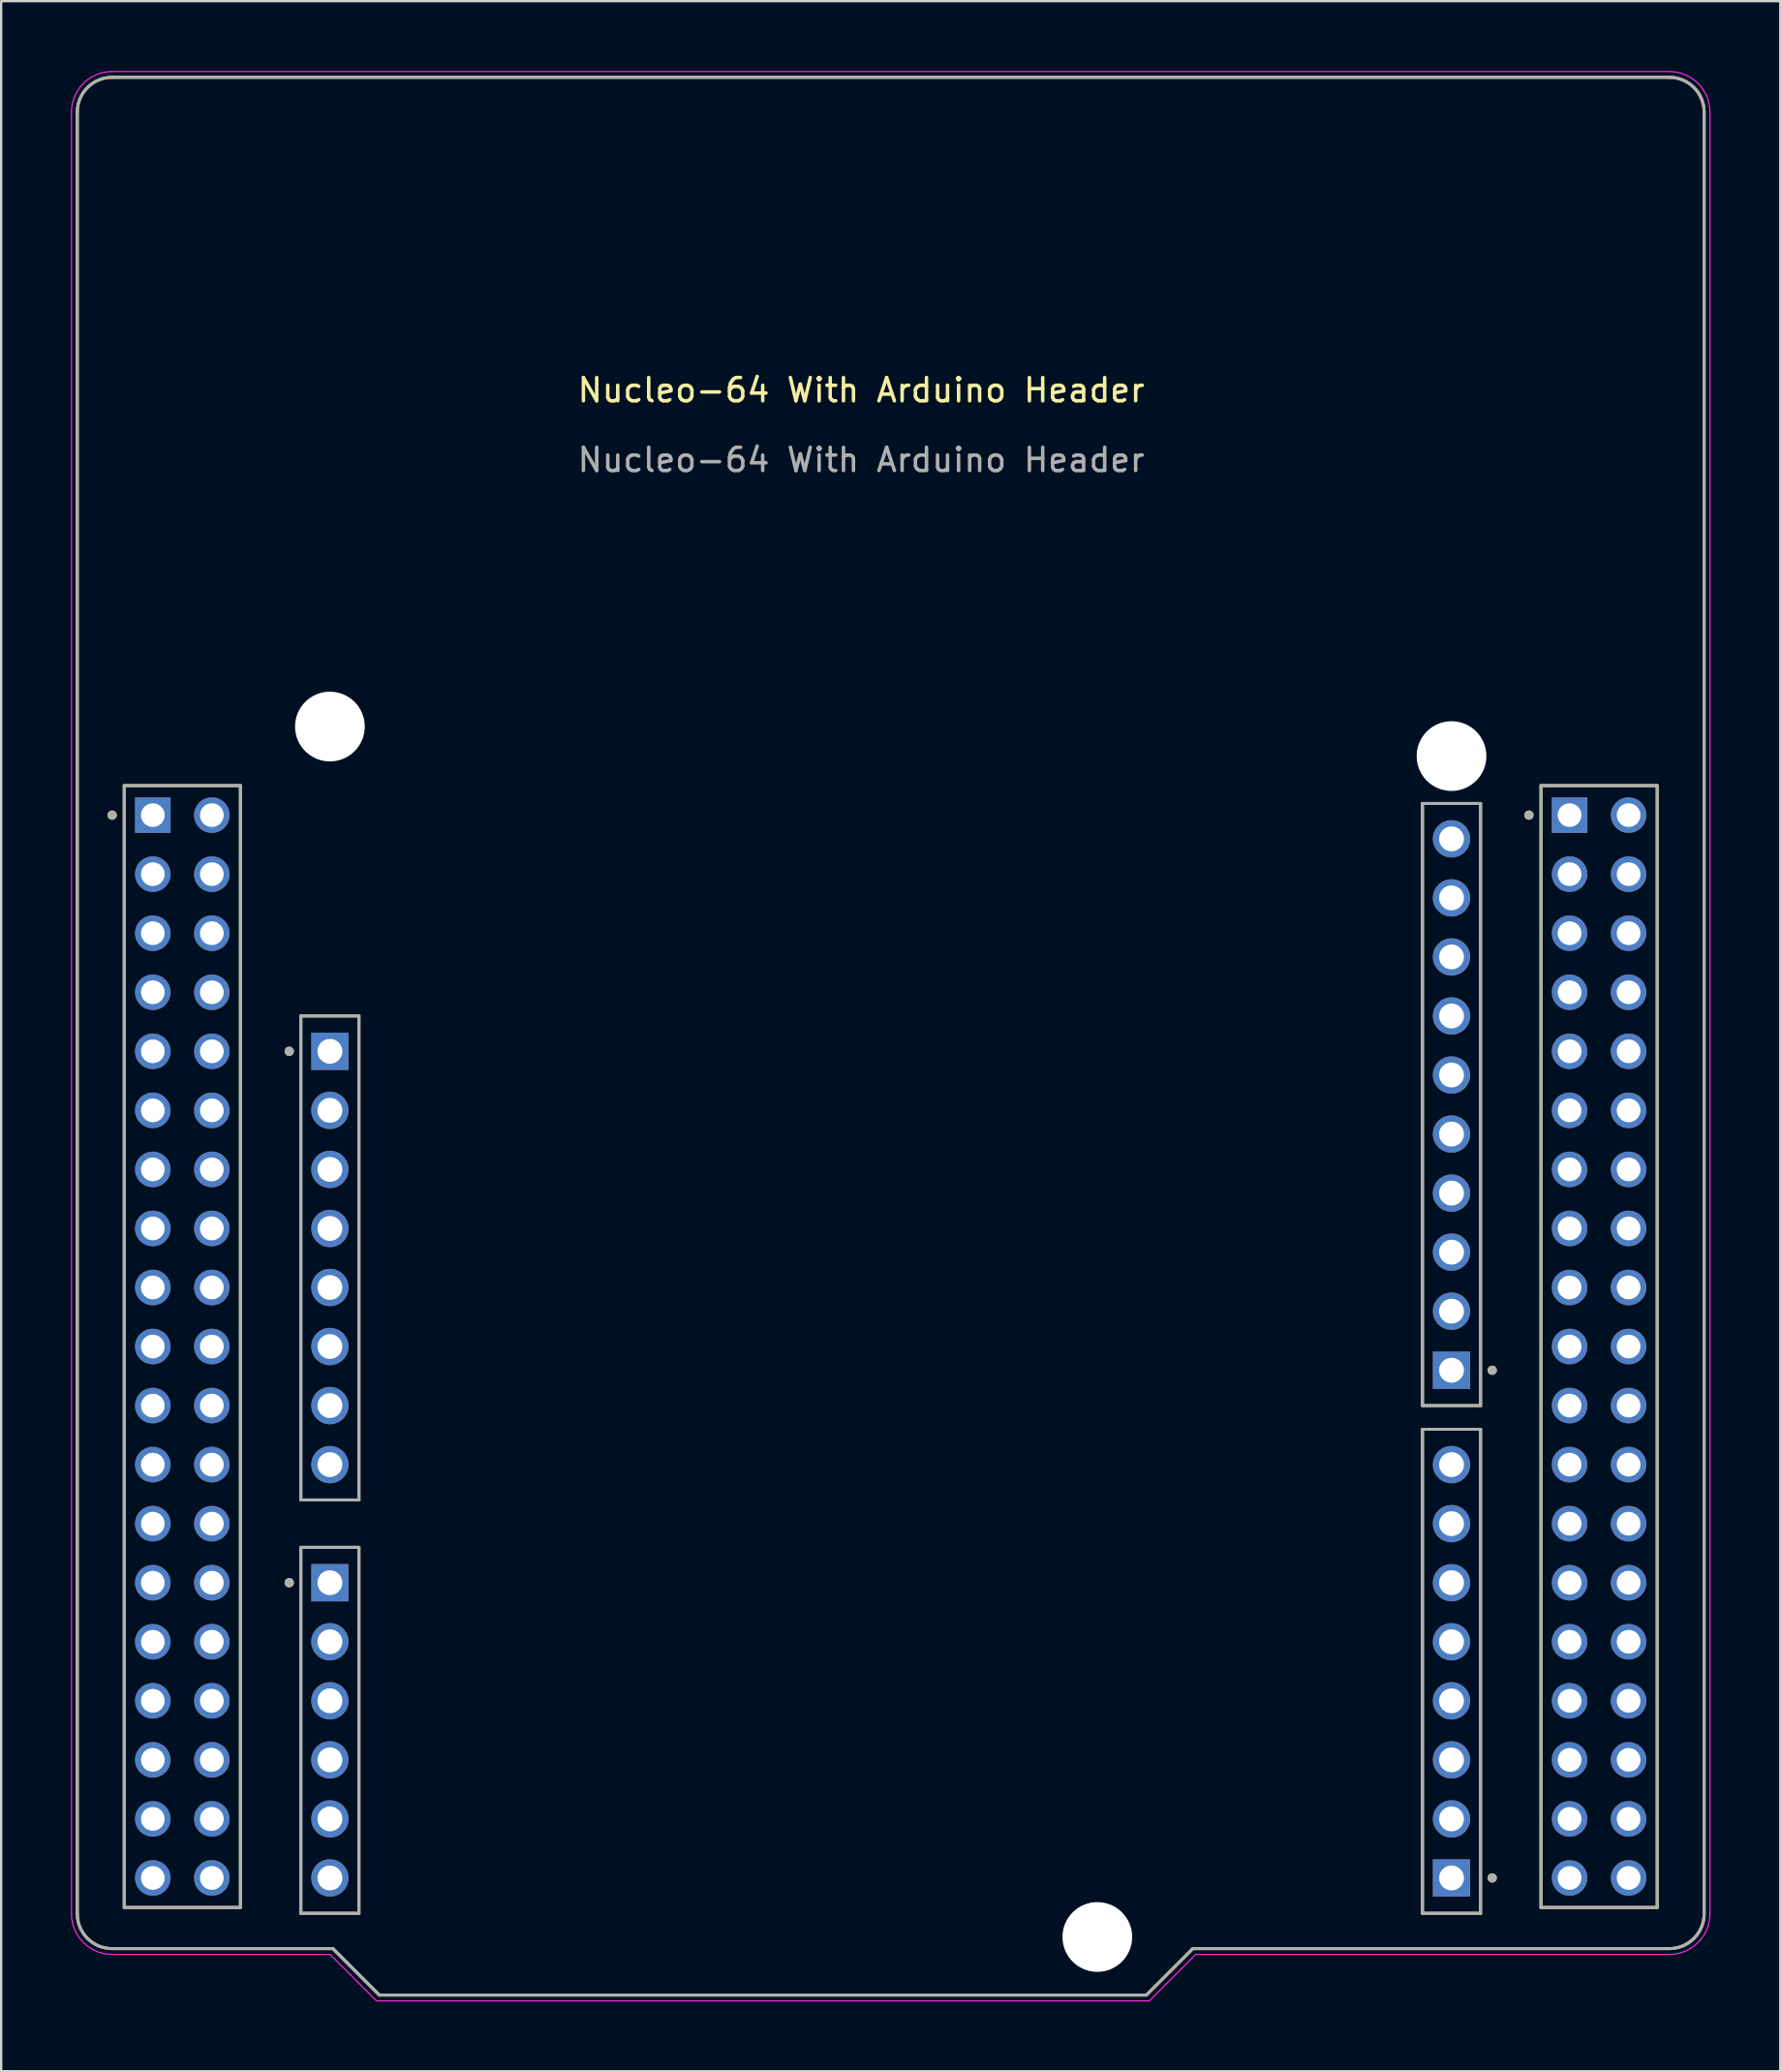
<source format=kicad_pcb>
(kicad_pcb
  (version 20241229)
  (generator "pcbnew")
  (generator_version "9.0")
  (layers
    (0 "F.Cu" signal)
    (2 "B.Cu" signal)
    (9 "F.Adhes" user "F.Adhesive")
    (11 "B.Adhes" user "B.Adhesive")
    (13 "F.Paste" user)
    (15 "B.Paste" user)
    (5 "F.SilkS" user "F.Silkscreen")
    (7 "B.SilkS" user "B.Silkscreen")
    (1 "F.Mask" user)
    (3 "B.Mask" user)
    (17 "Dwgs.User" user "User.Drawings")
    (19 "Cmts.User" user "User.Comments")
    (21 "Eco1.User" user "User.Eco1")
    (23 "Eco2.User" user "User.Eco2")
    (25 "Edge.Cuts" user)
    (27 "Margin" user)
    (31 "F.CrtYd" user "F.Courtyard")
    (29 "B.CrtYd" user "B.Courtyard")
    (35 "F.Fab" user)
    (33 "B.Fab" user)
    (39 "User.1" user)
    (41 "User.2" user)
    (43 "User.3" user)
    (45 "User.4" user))
  (footprint "Nucleo-64 With Arduino Header"
    (layer "F.Cu")
    (at 34.005 14.235)
    (property "Reference" "Nucleo-64 With Arduino Header" (at 0 -0.5 0) (unlocked yes) (layer "F.SilkS") (effects (font (size 1 1) (thickness 0.15))))
    (attr through_hole)
    (fp_line (start -33.73 65.04) (end -33.73 -12.46) (stroke (width 0.127) (type solid)) (layer "F.SilkS"))
    (fp_line (start -32.23 -13.96) (end 34.77 -13.96) (stroke (width 0.127) (type solid)) (layer "F.SilkS"))
    (fp_line (start -31.71 16.51) (end -31.71 64.77) (stroke (width 0.127) (type solid)) (layer "F.SilkS"))
    (fp_line (start -31.71 64.77) (end -26.71 64.77) (stroke (width 0.127) (type solid)) (layer "F.SilkS"))
    (fp_line (start -26.71 16.51) (end -31.71 16.51) (stroke (width 0.127) (type solid)) (layer "F.SilkS"))
    (fp_line (start -26.71 64.77) (end -26.71 16.51) (stroke (width 0.127) (type solid)) (layer "F.SilkS"))
    (fp_line (start -24.11 26.42) (end -24.11 47.24) (stroke (width 0.127) (type solid)) (layer "F.SilkS"))
    (fp_line (start -24.11 47.24) (end -21.61 47.24) (stroke (width 0.127) (type solid)) (layer "F.SilkS"))
    (fp_line (start -24.11 49.28) (end -24.11 65.02) (stroke (width 0.127) (type solid)) (layer "F.SilkS"))
    (fp_line (start -24.11 65.02) (end -21.61 65.02) (stroke (width 0.127) (type solid)) (layer "F.SilkS"))
    (fp_line (start -22.73 66.54) (end -32.23 66.54) (stroke (width 0.127) (type solid)) (layer "F.SilkS"))
    (fp_line (start -21.61 26.42) (end -24.11 26.42) (stroke (width 0.127) (type solid)) (layer "F.SilkS"))
    (fp_line (start -21.61 47.24) (end -21.61 26.42) (stroke (width 0.127) (type solid)) (layer "F.SilkS"))
    (fp_line (start -21.61 49.28) (end -24.11 49.28) (stroke (width 0.127) (type solid)) (layer "F.SilkS"))
    (fp_line (start -21.61 65.02) (end -21.61 49.28) (stroke (width 0.127) (type solid)) (layer "F.SilkS"))
    (fp_line (start -20.73 68.54) (end -22.73 66.54) (stroke (width 0.127) (type solid)) (layer "F.SilkS"))
    (fp_line (start 12.27 68.54) (end -20.73 68.54) (stroke (width 0.127) (type solid)) (layer "F.SilkS"))
    (fp_line (start 14.27 66.54) (end 12.27 68.54) (stroke (width 0.127) (type solid)) (layer "F.SilkS"))
    (fp_line (start 24.15 17.28) (end 24.15 43.18) (stroke (width 0.127) (type solid)) (layer "F.SilkS"))
    (fp_line (start 24.15 43.18) (end 26.65 43.18) (stroke (width 0.127) (type solid)) (layer "F.SilkS"))
    (fp_line (start 24.15 44.2) (end 24.15 65.02) (stroke (width 0.127) (type solid)) (layer "F.SilkS"))
    (fp_line (start 24.15 65.02) (end 26.65 65.02) (stroke (width 0.127) (type solid)) (layer "F.SilkS"))
    (fp_line (start 26.65 17.28) (end 24.15 17.28) (stroke (width 0.127) (type solid)) (layer "F.SilkS"))
    (fp_line (start 26.65 43.18) (end 26.65 17.28) (stroke (width 0.127) (type solid)) (layer "F.SilkS"))
    (fp_line (start 26.65 44.2) (end 24.15 44.2) (stroke (width 0.127) (type solid)) (layer "F.SilkS"))
    (fp_line (start 26.65 65.02) (end 26.65 44.2) (stroke (width 0.127) (type solid)) (layer "F.SilkS"))
    (fp_line (start 29.25 16.51) (end 29.25 64.77) (stroke (width 0.127) (type solid)) (layer "F.SilkS"))
    (fp_line (start 29.25 64.77) (end 34.25 64.77) (stroke (width 0.127) (type solid)) (layer "F.SilkS"))
    (fp_line (start 34.25 16.51) (end 29.25 16.51) (stroke (width 0.127) (type solid)) (layer "F.SilkS"))
    (fp_line (start 34.25 64.77) (end 34.25 16.51) (stroke (width 0.127) (type solid)) (layer "F.SilkS"))
    (fp_line (start 34.77 66.54) (end 14.27 66.54) (stroke (width 0.127) (type solid)) (layer "F.SilkS"))
    (fp_line (start 36.27 -12.46) (end 36.27 65.04) (stroke (width 0.127) (type solid)) (layer "F.SilkS"))
    (fp_arc (start -33.73 -12.46) (mid -33.29066 -13.52066) (end -32.23 -13.96) (stroke (width 0.127) (type solid)) (layer "F.SilkS"))
    (fp_arc (start -32.23 66.54) (mid -33.29066 66.10066) (end -33.73 65.04) (stroke (width 0.127) (type solid)) (layer "F.SilkS"))
    (fp_arc (start 34.77 -13.96) (mid 35.83066 -13.52066) (end 36.27 -12.46) (stroke (width 0.127) (type solid)) (layer "F.SilkS"))
    (fp_arc (start 36.27 65.04) (mid 35.83066 66.10066) (end 34.77 66.54) (stroke (width 0.127) (type solid)) (layer "F.SilkS"))
    (fp_circle (center -32.23 17.78) (end -32.13 17.78) (stroke (width 0.2) (type solid)) (fill no) (layer "F.SilkS"))
    (fp_circle (center -24.61 27.94) (end -24.51 27.94) (stroke (width 0.2) (type solid)) (fill no) (layer "F.SilkS"))
    (fp_circle (center -24.61 50.8) (end -24.51 50.8) (stroke (width 0.2) (type solid)) (fill no) (layer "F.SilkS"))
    (fp_circle (center 27.15 41.66) (end 27.25 41.66) (stroke (width 0.2) (type solid)) (fill no) (layer "F.SilkS"))
    (fp_circle (center 27.15 63.5) (end 27.25 63.5) (stroke (width 0.2) (type solid)) (fill no) (layer "F.SilkS"))
    (fp_circle (center 28.73 17.78) (end 28.83 17.78) (stroke (width 0.2) (type solid)) (fill no) (layer "F.SilkS"))
    (fp_line (start -33.98 65.04) (end -33.98 -12.46) (stroke (width 0.05) (type solid)) (layer "F.CrtYd"))
    (fp_line (start -32.23 -14.21) (end 34.77 -14.21) (stroke (width 0.05) (type solid)) (layer "F.CrtYd"))
    (fp_line (start -22.855 66.79) (end -32.23 66.79) (stroke (width 0.05) (type solid)) (layer "F.CrtYd"))
    (fp_line (start -20.855 68.79) (end -22.855 66.79) (stroke (width 0.05) (type solid)) (layer "F.CrtYd"))
    (fp_line (start 12.395 68.79) (end -20.855 68.79) (stroke (width 0.05) (type solid)) (layer "F.CrtYd"))
    (fp_line (start 14.395 66.79) (end 12.395 68.79) (stroke (width 0.05) (type solid)) (layer "F.CrtYd"))
    (fp_line (start 34.77 66.79) (end 14.395 66.79) (stroke (width 0.05) (type solid)) (layer "F.CrtYd"))
    (fp_line (start 36.52 -12.46) (end 36.52 65.04) (stroke (width 0.05) (type solid)) (layer "F.CrtYd"))
    (fp_arc (start -33.98 -12.46) (mid -33.467437 -13.697437) (end -32.23 -14.21) (stroke (width 0.05) (type solid)) (layer "F.CrtYd"))
    (fp_arc (start -32.23 66.79) (mid -33.467437 66.277437) (end -33.98 65.04) (stroke (width 0.05) (type solid)) (layer "F.CrtYd"))
    (fp_arc (start 34.77 -14.21) (mid 36.007437 -13.697437) (end 36.52 -12.46) (stroke (width 0.05) (type solid)) (layer "F.CrtYd"))
    (fp_arc (start 36.52 65.04) (mid 36.007437 66.277437) (end 34.77 66.79) (stroke (width 0.05) (type solid)) (layer "F.CrtYd"))
    (fp_line (start -33.73 65.04) (end -33.73 -12.46) (stroke (width 0.127) (type solid)) (layer "F.Fab"))
    (fp_line (start -32.23 -13.96) (end 34.77 -13.96) (stroke (width 0.127) (type solid)) (layer "F.Fab"))
    (fp_line (start -31.71 16.51) (end -31.71 64.77) (stroke (width 0.127) (type solid)) (layer "F.Fab"))
    (fp_line (start -31.71 64.77) (end -26.71 64.77) (stroke (width 0.127) (type solid)) (layer "F.Fab"))
    (fp_line (start -26.71 16.51) (end -31.71 16.51) (stroke (width 0.127) (type solid)) (layer "F.Fab"))
    (fp_line (start -26.71 64.77) (end -26.71 16.51) (stroke (width 0.127) (type solid)) (layer "F.Fab"))
    (fp_line (start -24.11 26.42) (end -24.11 47.24) (stroke (width 0.127) (type solid)) (layer "F.Fab"))
    (fp_line (start -24.11 47.24) (end -21.61 47.24) (stroke (width 0.127) (type solid)) (layer "F.Fab"))
    (fp_line (start -24.11 49.28) (end -24.11 65.02) (stroke (width 0.127) (type solid)) (layer "F.Fab"))
    (fp_line (start -24.11 65.02) (end -21.61 65.02) (stroke (width 0.127) (type solid)) (layer "F.Fab"))
    (fp_line (start -22.73 66.54) (end -32.23 66.54) (stroke (width 0.127) (type solid)) (layer "F.Fab"))
    (fp_line (start -21.61 26.42) (end -24.11 26.42) (stroke (width 0.127) (type solid)) (layer "F.Fab"))
    (fp_line (start -21.61 47.24) (end -21.61 26.42) (stroke (width 0.127) (type solid)) (layer "F.Fab"))
    (fp_line (start -21.61 49.28) (end -24.11 49.28) (stroke (width 0.127) (type solid)) (layer "F.Fab"))
    (fp_line (start -21.61 65.02) (end -21.61 49.28) (stroke (width 0.127) (type solid)) (layer "F.Fab"))
    (fp_line (start -20.73 68.54) (end -22.73 66.54) (stroke (width 0.127) (type solid)) (layer "F.Fab"))
    (fp_line (start 12.27 68.54) (end -20.73 68.54) (stroke (width 0.127) (type solid)) (layer "F.Fab"))
    (fp_line (start 14.27 66.54) (end 12.27 68.54) (stroke (width 0.127) (type solid)) (layer "F.Fab"))
    (fp_line (start 24.15 17.28) (end 24.15 43.18) (stroke (width 0.127) (type solid)) (layer "F.Fab"))
    (fp_line (start 24.15 43.18) (end 26.65 43.18) (stroke (width 0.127) (type solid)) (layer "F.Fab"))
    (fp_line (start 24.15 44.2) (end 24.15 65.02) (stroke (width 0.127) (type solid)) (layer "F.Fab"))
    (fp_line (start 24.15 65.02) (end 26.65 65.02) (stroke (width 0.127) (type solid)) (layer "F.Fab"))
    (fp_line (start 26.65 17.28) (end 24.15 17.28) (stroke (width 0.127) (type solid)) (layer "F.Fab"))
    (fp_line (start 26.65 43.18) (end 26.65 17.28) (stroke (width 0.127) (type solid)) (layer "F.Fab"))
    (fp_line (start 26.65 44.2) (end 24.15 44.2) (stroke (width 0.127) (type solid)) (layer "F.Fab"))
    (fp_line (start 26.65 65.02) (end 26.65 44.2) (stroke (width 0.127) (type solid)) (layer "F.Fab"))
    (fp_line (start 29.25 16.51) (end 29.25 64.77) (stroke (width 0.127) (type solid)) (layer "F.Fab"))
    (fp_line (start 29.25 64.77) (end 34.25 64.77) (stroke (width 0.127) (type solid)) (layer "F.Fab"))
    (fp_line (start 34.25 16.51) (end 29.25 16.51) (stroke (width 0.127) (type solid)) (layer "F.Fab"))
    (fp_line (start 34.25 64.77) (end 34.25 16.51) (stroke (width 0.127) (type solid)) (layer "F.Fab"))
    (fp_line (start 34.77 66.54) (end 14.27 66.54) (stroke (width 0.127) (type solid)) (layer "F.Fab"))
    (fp_line (start 36.27 -12.46) (end 36.27 65.04) (stroke (width 0.127) (type solid)) (layer "F.Fab"))
    (fp_arc (start -33.73 -12.46) (mid -33.29066 -13.52066) (end -32.23 -13.96) (stroke (width 0.127) (type solid)) (layer "F.Fab"))
    (fp_arc (start -32.23 66.54) (mid -33.29066 66.10066) (end -33.73 65.04) (stroke (width 0.127) (type solid)) (layer "F.Fab"))
    (fp_arc (start 34.77 -13.96) (mid 35.83066 -13.52066) (end 36.27 -12.46) (stroke (width 0.127) (type solid)) (layer "F.Fab"))
    (fp_arc (start 36.27 65.04) (mid 35.83066 66.10066) (end 34.77 66.54) (stroke (width 0.127) (type solid)) (layer "F.Fab"))
    (fp_circle (center -32.23 17.78) (end -32.13 17.78) (stroke (width 0.2) (type solid)) (fill no) (layer "F.Fab"))
    (fp_circle (center -24.61 27.94) (end -24.51 27.94) (stroke (width 0.2) (type solid)) (fill no) (layer "F.Fab"))
    (fp_circle (center -24.61 50.8) (end -24.51 50.8) (stroke (width 0.2) (type solid)) (fill no) (layer "F.Fab"))
    (fp_circle (center 27.15 41.66) (end 27.25 41.66) (stroke (width 0.2) (type solid)) (fill no) (layer "F.Fab"))
    (fp_circle (center 27.15 63.5) (end 27.25 63.5) (stroke (width 0.2) (type solid)) (fill no) (layer "F.Fab"))
    (fp_circle (center 28.73 17.78) (end 28.83 17.78) (stroke (width 0.2) (type solid)) (fill no) (layer "F.Fab"))
    (fp_text user "${REFERENCE}" (at 0 2.5 0) (unlocked yes) (layer "F.Fab") (effects (font (size 1 1) (thickness 0.15))))
    (pad "" np_thru_hole circle (at -22.86 13.97) (size 3 3) (drill 3) (layers "*.Cu" "*.Mask"))
    (pad "" np_thru_hole circle (at 10.16 66.04) (size 3 3) (drill 3) (layers "*.Cu" "*.Mask"))
    (pad "" np_thru_hole circle (at 25.4 15.24) (size 3 3) (drill 3) (layers "*.Cu" "*.Mask"))
    (pad "CN5_1" thru_hole rect (at 25.4 41.66) (size 1.605 1.605) (drill 1.07) (layers "*.Cu" "*.Mask"))
    (pad "CN5_2" thru_hole circle (at 25.4 39.12) (size 1.605 1.605) (drill 1.07) (layers "*.Cu" "*.Mask"))
    (pad "CN5_3" thru_hole circle (at 25.4 36.58) (size 1.605 1.605) (drill 1.07) (layers "*.Cu" "*.Mask"))
    (pad "CN5_4" thru_hole circle (at 25.4 34.04) (size 1.605 1.605) (drill 1.07) (layers "*.Cu" "*.Mask"))
    (pad "CN5_5" thru_hole circle (at 25.4 31.5) (size 1.605 1.605) (drill 1.07) (layers "*.Cu" "*.Mask"))
    (pad "CN5_6" thru_hole circle (at 25.4 28.96) (size 1.605 1.605) (drill 1.07) (layers "*.Cu" "*.Mask"))
    (pad "CN5_7" thru_hole circle (at 25.4 26.42) (size 1.605 1.605) (drill 1.07) (layers "*.Cu" "*.Mask"))
    (pad "CN5_8" thru_hole circle (at 25.4 23.88) (size 1.605 1.605) (drill 1.07) (layers "*.Cu" "*.Mask"))
    (pad "CN5_9" thru_hole circle (at 25.4 21.34) (size 1.605 1.605) (drill 1.07) (layers "*.Cu" "*.Mask"))
    (pad "CN5_10" thru_hole circle (at 25.4 18.8) (size 1.605 1.605) (drill 1.07) (layers "*.Cu" "*.Mask"))
    (pad "CN6_1" thru_hole rect (at -22.86 27.94) (size 1.605 1.605) (drill 1.07) (layers "*.Cu" "*.Mask"))
    (pad "CN6_2" thru_hole circle (at -22.86 30.48) (size 1.605 1.605) (drill 1.07) (layers "*.Cu" "*.Mask"))
    (pad "CN6_3" thru_hole circle (at -22.86 33.02) (size 1.605 1.605) (drill 1.07) (layers "*.Cu" "*.Mask"))
    (pad "CN6_4" thru_hole circle (at -22.86 35.56) (size 1.605 1.605) (drill 1.07) (layers "*.Cu" "*.Mask"))
    (pad "CN6_5" thru_hole circle (at -22.86 38.1) (size 1.605 1.605) (drill 1.07) (layers "*.Cu" "*.Mask"))
    (pad "CN6_6" thru_hole circle (at -22.86 40.64) (size 1.605 1.605) (drill 1.07) (layers "*.Cu" "*.Mask"))
    (pad "CN6_7" thru_hole circle (at -22.86 43.18) (size 1.605 1.605) (drill 1.07) (layers "*.Cu" "*.Mask"))
    (pad "CN6_8" thru_hole circle (at -22.86 45.72) (size 1.605 1.605) (drill 1.07) (layers "*.Cu" "*.Mask"))
    (pad "CN7_1" thru_hole rect (at -30.48 17.78) (size 1.53 1.53) (drill 1.02) (layers "*.Cu" "*.Mask"))
    (pad "CN7_2" thru_hole circle (at -27.94 17.78) (size 1.53 1.53) (drill 1.02) (layers "*.Cu" "*.Mask"))
    (pad "CN7_3" thru_hole circle (at -30.48 20.32) (size 1.53 1.53) (drill 1.02) (layers "*.Cu" "*.Mask"))
    (pad "CN7_4" thru_hole circle (at -27.94 20.32) (size 1.53 1.53) (drill 1.02) (layers "*.Cu" "*.Mask"))
    (pad "CN7_5" thru_hole circle (at -30.48 22.86) (size 1.53 1.53) (drill 1.02) (layers "*.Cu" "*.Mask"))
    (pad "CN7_6" thru_hole circle (at -27.94 22.86) (size 1.53 1.53) (drill 1.02) (layers "*.Cu" "*.Mask"))
    (pad "CN7_7" thru_hole circle (at -30.48 25.4) (size 1.53 1.53) (drill 1.02) (layers "*.Cu" "*.Mask"))
    (pad "CN7_8" thru_hole circle (at -27.94 25.4) (size 1.53 1.53) (drill 1.02) (layers "*.Cu" "*.Mask"))
    (pad "CN7_9" thru_hole circle (at -30.48 27.94) (size 1.53 1.53) (drill 1.02) (layers "*.Cu" "*.Mask"))
    (pad "CN7_10" thru_hole circle (at -27.94 27.94) (size 1.53 1.53) (drill 1.02) (layers "*.Cu" "*.Mask"))
    (pad "CN7_11" thru_hole circle (at -30.48 30.48) (size 1.53 1.53) (drill 1.02) (layers "*.Cu" "*.Mask"))
    (pad "CN7_12" thru_hole circle (at -27.94 30.48) (size 1.53 1.53) (drill 1.02) (layers "*.Cu" "*.Mask"))
    (pad "CN7_13" thru_hole circle (at -30.48 33.02) (size 1.53 1.53) (drill 1.02) (layers "*.Cu" "*.Mask"))
    (pad "CN7_14" thru_hole circle (at -27.94 33.02) (size 1.53 1.53) (drill 1.02) (layers "*.Cu" "*.Mask"))
    (pad "CN7_15" thru_hole circle (at -30.48 35.56) (size 1.53 1.53) (drill 1.02) (layers "*.Cu" "*.Mask"))
    (pad "CN7_16" thru_hole circle (at -27.94 35.56) (size 1.53 1.53) (drill 1.02) (layers "*.Cu" "*.Mask"))
    (pad "CN7_17" thru_hole circle (at -30.48 38.1) (size 1.53 1.53) (drill 1.02) (layers "*.Cu" "*.Mask"))
    (pad "CN7_18" thru_hole circle (at -27.94 38.1) (size 1.53 1.53) (drill 1.02) (layers "*.Cu" "*.Mask"))
    (pad "CN7_19" thru_hole circle (at -30.48 40.64) (size 1.53 1.53) (drill 1.02) (layers "*.Cu" "*.Mask"))
    (pad "CN7_20" thru_hole circle (at -27.94 40.64) (size 1.53 1.53) (drill 1.02) (layers "*.Cu" "*.Mask"))
    (pad "CN7_21" thru_hole circle (at -30.48 43.18) (size 1.53 1.53) (drill 1.02) (layers "*.Cu" "*.Mask"))
    (pad "CN7_22" thru_hole circle (at -27.94 43.18) (size 1.53 1.53) (drill 1.02) (layers "*.Cu" "*.Mask"))
    (pad "CN7_23" thru_hole circle (at -30.48 45.72) (size 1.53 1.53) (drill 1.02) (layers "*.Cu" "*.Mask"))
    (pad "CN7_24" thru_hole circle (at -27.94 45.72) (size 1.53 1.53) (drill 1.02) (layers "*.Cu" "*.Mask"))
    (pad "CN7_25" thru_hole circle (at -30.48 48.26) (size 1.53 1.53) (drill 1.02) (layers "*.Cu" "*.Mask"))
    (pad "CN7_26" thru_hole circle (at -27.94 48.26) (size 1.53 1.53) (drill 1.02) (layers "*.Cu" "*.Mask"))
    (pad "CN7_27" thru_hole circle (at -30.48 50.8) (size 1.53 1.53) (drill 1.02) (layers "*.Cu" "*.Mask"))
    (pad "CN7_28" thru_hole circle (at -27.94 50.8) (size 1.53 1.53) (drill 1.02) (layers "*.Cu" "*.Mask"))
    (pad "CN7_29" thru_hole circle (at -30.48 53.34) (size 1.53 1.53) (drill 1.02) (layers "*.Cu" "*.Mask"))
    (pad "CN7_30" thru_hole circle (at -27.94 53.34) (size 1.53 1.53) (drill 1.02) (layers "*.Cu" "*.Mask"))
    (pad "CN7_31" thru_hole circle (at -30.48 55.88) (size 1.53 1.53) (drill 1.02) (layers "*.Cu" "*.Mask"))
    (pad "CN7_32" thru_hole circle (at -27.94 55.88) (size 1.53 1.53) (drill 1.02) (layers "*.Cu" "*.Mask"))
    (pad "CN7_33" thru_hole circle (at -30.48 58.42) (size 1.53 1.53) (drill 1.02) (layers "*.Cu" "*.Mask"))
    (pad "CN7_34" thru_hole circle (at -27.94 58.42) (size 1.53 1.53) (drill 1.02) (layers "*.Cu" "*.Mask"))
    (pad "CN7_35" thru_hole circle (at -30.48 60.96) (size 1.53 1.53) (drill 1.02) (layers "*.Cu" "*.Mask"))
    (pad "CN7_36" thru_hole circle (at -27.94 60.96) (size 1.53 1.53) (drill 1.02) (layers "*.Cu" "*.Mask"))
    (pad "CN7_37" thru_hole circle (at -30.48 63.5) (size 1.53 1.53) (drill 1.02) (layers "*.Cu" "*.Mask"))
    (pad "CN7_38" thru_hole circle (at -27.94 63.5) (size 1.53 1.53) (drill 1.02) (layers "*.Cu" "*.Mask"))
    (pad "CN8_1" thru_hole rect (at -22.86 50.8) (size 1.605 1.605) (drill 1.07) (layers "*.Cu" "*.Mask"))
    (pad "CN8_2" thru_hole circle (at -22.86 53.34) (size 1.605 1.605) (drill 1.07) (layers "*.Cu" "*.Mask"))
    (pad "CN8_3" thru_hole circle (at -22.86 55.88) (size 1.605 1.605) (drill 1.07) (layers "*.Cu" "*.Mask"))
    (pad "CN8_4" thru_hole circle (at -22.86 58.42) (size 1.605 1.605) (drill 1.07) (layers "*.Cu" "*.Mask"))
    (pad "CN8_5" thru_hole circle (at -22.86 60.96) (size 1.605 1.605) (drill 1.07) (layers "*.Cu" "*.Mask"))
    (pad "CN8_6" thru_hole circle (at -22.86 63.5) (size 1.605 1.605) (drill 1.07) (layers "*.Cu" "*.Mask"))
    (pad "CN9_1" thru_hole rect (at 25.4 63.5) (size 1.605 1.605) (drill 1.07) (layers "*.Cu" "*.Mask"))
    (pad "CN9_2" thru_hole circle (at 25.4 60.96) (size 1.605 1.605) (drill 1.07) (layers "*.Cu" "*.Mask"))
    (pad "CN9_3" thru_hole circle (at 25.4 58.42) (size 1.605 1.605) (drill 1.07) (layers "*.Cu" "*.Mask"))
    (pad "CN9_4" thru_hole circle (at 25.4 55.88) (size 1.605 1.605) (drill 1.07) (layers "*.Cu" "*.Mask"))
    (pad "CN9_5" thru_hole circle (at 25.4 53.34) (size 1.605 1.605) (drill 1.07) (layers "*.Cu" "*.Mask"))
    (pad "CN9_6" thru_hole circle (at 25.4 50.8) (size 1.605 1.605) (drill 1.07) (layers "*.Cu" "*.Mask"))
    (pad "CN9_7" thru_hole circle (at 25.4 48.26) (size 1.605 1.605) (drill 1.07) (layers "*.Cu" "*.Mask"))
    (pad "CN9_8" thru_hole circle (at 25.4 45.72) (size 1.605 1.605) (drill 1.07) (layers "*.Cu" "*.Mask"))
    (pad "CN10_1" thru_hole rect (at 30.48 17.78) (size 1.53 1.53) (drill 1.02) (layers "*.Cu" "*.Mask"))
    (pad "CN10_2" thru_hole circle (at 33.02 17.78) (size 1.53 1.53) (drill 1.02) (layers "*.Cu" "*.Mask"))
    (pad "CN10_3" thru_hole circle (at 30.48 20.32) (size 1.53 1.53) (drill 1.02) (layers "*.Cu" "*.Mask"))
    (pad "CN10_4" thru_hole circle (at 33.02 20.32) (size 1.53 1.53) (drill 1.02) (layers "*.Cu" "*.Mask"))
    (pad "CN10_5" thru_hole circle (at 30.48 22.86) (size 1.53 1.53) (drill 1.02) (layers "*.Cu" "*.Mask"))
    (pad "CN10_6" thru_hole circle (at 33.02 22.86) (size 1.53 1.53) (drill 1.02) (layers "*.Cu" "*.Mask"))
    (pad "CN10_7" thru_hole circle (at 30.48 25.4) (size 1.53 1.53) (drill 1.02) (layers "*.Cu" "*.Mask"))
    (pad "CN10_8" thru_hole circle (at 33.02 25.4) (size 1.53 1.53) (drill 1.02) (layers "*.Cu" "*.Mask"))
    (pad "CN10_9" thru_hole circle (at 30.48 27.94) (size 1.53 1.53) (drill 1.02) (layers "*.Cu" "*.Mask"))
    (pad "CN10_10" thru_hole circle (at 33.02 27.94) (size 1.53 1.53) (drill 1.02) (layers "*.Cu" "*.Mask"))
    (pad "CN10_11" thru_hole circle (at 30.48 30.48) (size 1.53 1.53) (drill 1.02) (layers "*.Cu" "*.Mask"))
    (pad "CN10_12" thru_hole circle (at 33.02 30.48) (size 1.53 1.53) (drill 1.02) (layers "*.Cu" "*.Mask"))
    (pad "CN10_13" thru_hole circle (at 30.48 33.02) (size 1.53 1.53) (drill 1.02) (layers "*.Cu" "*.Mask"))
    (pad "CN10_14" thru_hole circle (at 33.02 33.02) (size 1.53 1.53) (drill 1.02) (layers "*.Cu" "*.Mask"))
    (pad "CN10_15" thru_hole circle (at 30.48 35.56) (size 1.53 1.53) (drill 1.02) (layers "*.Cu" "*.Mask"))
    (pad "CN10_16" thru_hole circle (at 33.02 35.56) (size 1.53 1.53) (drill 1.02) (layers "*.Cu" "*.Mask"))
    (pad "CN10_17" thru_hole circle (at 30.48 38.1) (size 1.53 1.53) (drill 1.02) (layers "*.Cu" "*.Mask"))
    (pad "CN10_18" thru_hole circle (at 33.02 38.1) (size 1.53 1.53) (drill 1.02) (layers "*.Cu" "*.Mask"))
    (pad "CN10_19" thru_hole circle (at 30.48 40.64) (size 1.53 1.53) (drill 1.02) (layers "*.Cu" "*.Mask"))
    (pad "CN10_20" thru_hole circle (at 33.02 40.64) (size 1.53 1.53) (drill 1.02) (layers "*.Cu" "*.Mask"))
    (pad "CN10_21" thru_hole circle (at 30.48 43.18) (size 1.53 1.53) (drill 1.02) (layers "*.Cu" "*.Mask"))
    (pad "CN10_22" thru_hole circle (at 33.02 43.18) (size 1.53 1.53) (drill 1.02) (layers "*.Cu" "*.Mask"))
    (pad "CN10_23" thru_hole circle (at 30.48 45.72) (size 1.53 1.53) (drill 1.02) (layers "*.Cu" "*.Mask"))
    (pad "CN10_24" thru_hole circle (at 33.02 45.72) (size 1.53 1.53) (drill 1.02) (layers "*.Cu" "*.Mask"))
    (pad "CN10_25" thru_hole circle (at 30.48 48.26) (size 1.53 1.53) (drill 1.02) (layers "*.Cu" "*.Mask"))
    (pad "CN10_26" thru_hole circle (at 33.02 48.26) (size 1.53 1.53) (drill 1.02) (layers "*.Cu" "*.Mask"))
    (pad "CN10_27" thru_hole circle (at 30.48 50.8) (size 1.53 1.53) (drill 1.02) (layers "*.Cu" "*.Mask"))
    (pad "CN10_28" thru_hole circle (at 33.02 50.8) (size 1.53 1.53) (drill 1.02) (layers "*.Cu" "*.Mask"))
    (pad "CN10_29" thru_hole circle (at 30.48 53.34) (size 1.53 1.53) (drill 1.02) (layers "*.Cu" "*.Mask"))
    (pad "CN10_30" thru_hole circle (at 33.02 53.34) (size 1.53 1.53) (drill 1.02) (layers "*.Cu" "*.Mask"))
    (pad "CN10_31" thru_hole circle (at 30.48 55.88) (size 1.53 1.53) (drill 1.02) (layers "*.Cu" "*.Mask"))
    (pad "CN10_32" thru_hole circle (at 33.02 55.88) (size 1.53 1.53) (drill 1.02) (layers "*.Cu" "*.Mask"))
    (pad "CN10_33" thru_hole circle (at 30.48 58.42) (size 1.53 1.53) (drill 1.02) (layers "*.Cu" "*.Mask"))
    (pad "CN10_34" thru_hole circle (at 33.02 58.42) (size 1.53 1.53) (drill 1.02) (layers "*.Cu" "*.Mask"))
    (pad "CN10_35" thru_hole circle (at 30.48 60.96) (size 1.53 1.53) (drill 1.02) (layers "*.Cu" "*.Mask"))
    (pad "CN10_36" thru_hole circle (at 33.02 60.96) (size 1.53 1.53) (drill 1.02) (layers "*.Cu" "*.Mask"))
    (pad "CN10_37" thru_hole circle (at 30.48 63.5) (size 1.53 1.53) (drill 1.02) (layers "*.Cu" "*.Mask"))
    (pad "CN10_38" thru_hole circle (at 33.02 63.5) (size 1.53 1.53) (drill 1.02) (layers "*.Cu" "*.Mask")))
  (gr_rect
    (start -3 -3)
    (end 73.55 86.05)
    (stroke (width 0.1) (type default))
    (fill no)
    (layer "Edge.Cuts")))
</source>
